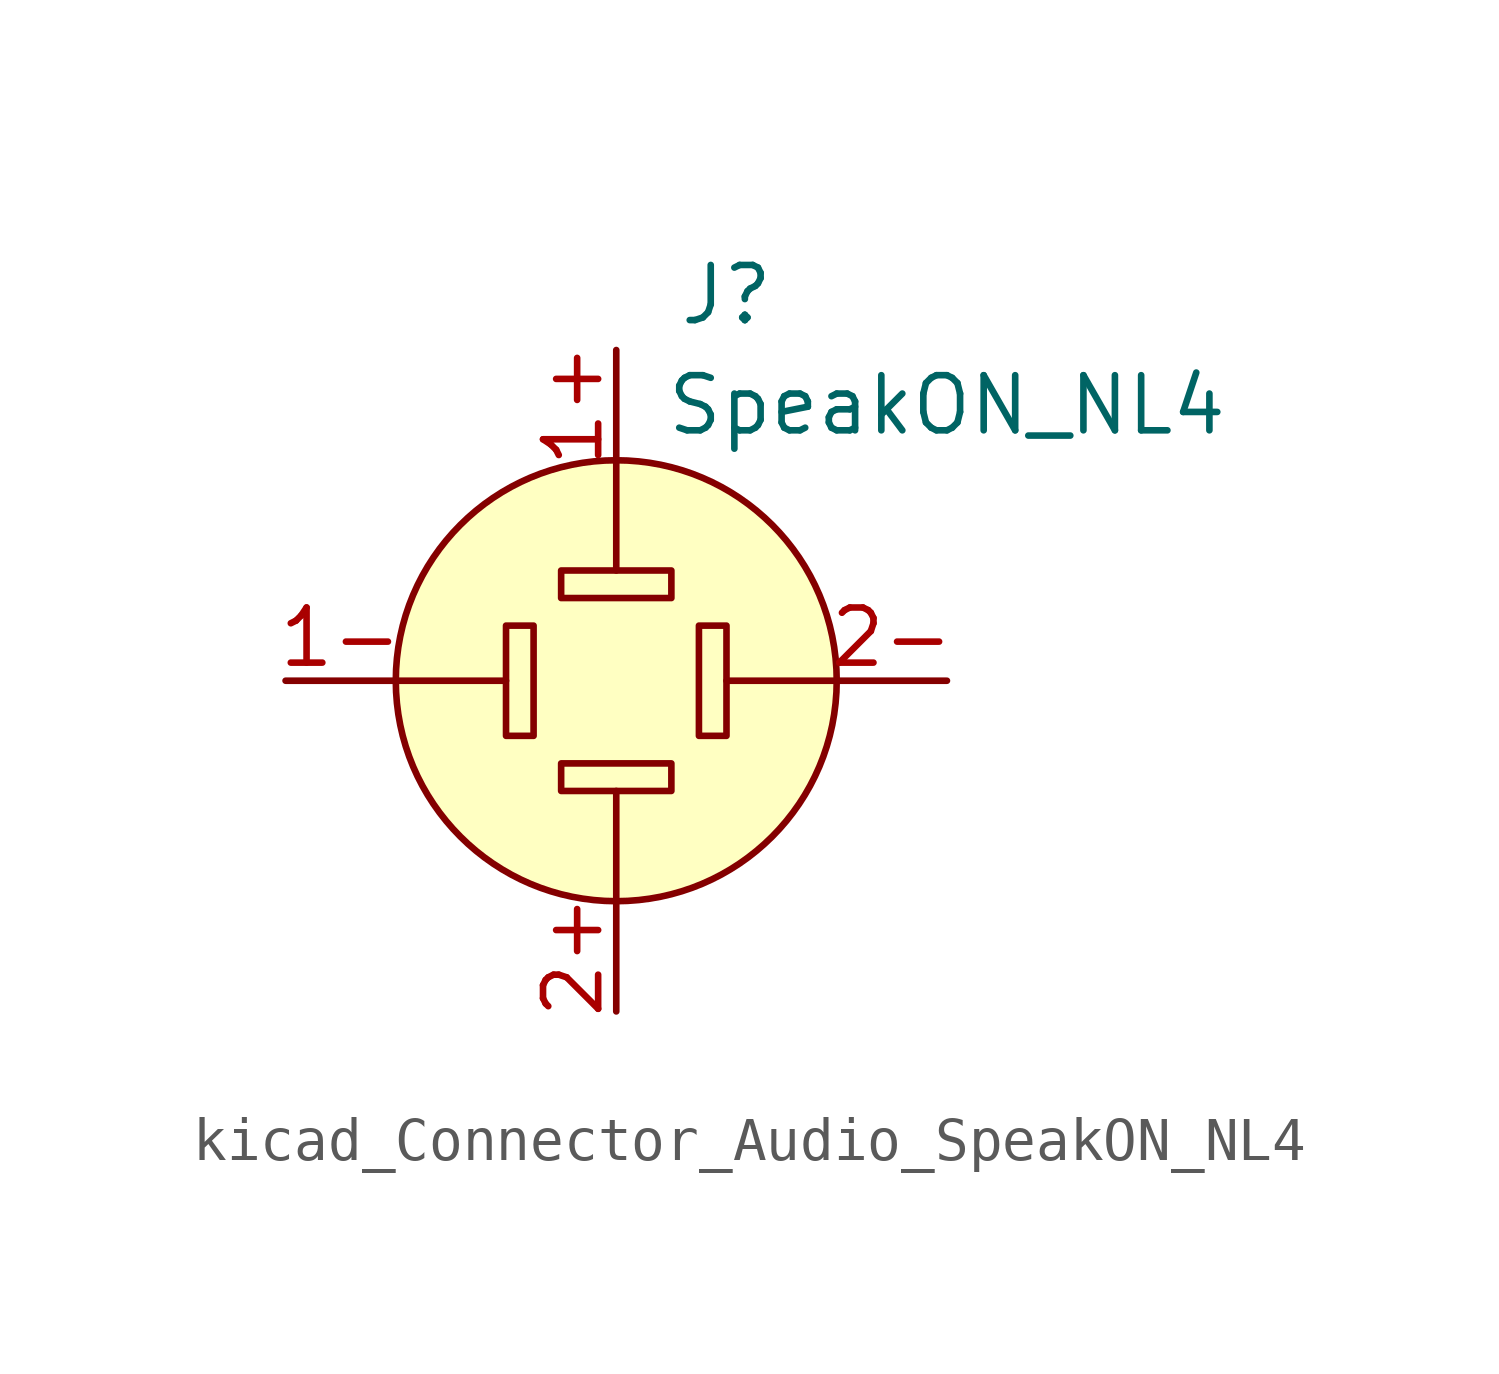
<source format=kicad_sym>
(kicad_symbol_lib
  (version 20220914)
  (generator kicad_symbol_editor)
  (symbol "kicad_Connector_Audio_SpeakON_NL4"
    (pin_names hide)
    (property "Reference" "J"
      (at 2.54 8.89 0)
      (effects (font (size 1.27 1.27))))
    (property "Value" "SpeakON_NL4"
      (at 7.62 6.35 0)
      (effects (font (size 1.27 1.27))))
    (symbol "kicad_Connector_Audio_SpeakON_NL4_0_1"
      (rectangle (start -2.54 1.27) (end -1.905 -1.27) (stroke (width 0) (type default)) (fill (type none)))
      (rectangle (start -1.27 -2.54) (end 1.27 -1.905) (stroke (width 0) (type default)) (fill (type none)))
      (rectangle (start -1.27 2.54) (end 1.27 1.905) (stroke (width 0) (type default)) (fill (type none)))
      (polyline (pts (xy -5.08 0) (xy -2.54 0)) (stroke (width 0) (type default)) (fill (type none)))
      (polyline (pts (xy 0 -5.08) (xy 0 -2.54)) (stroke (width 0) (type default)) (fill (type none)))
      (polyline (pts (xy 0 5.08) (xy 0 2.54)) (stroke (width 0) (type default)) (fill (type none)))
      (polyline (pts (xy 5.08 0) (xy 2.54 0)) (stroke (width 0) (type default)) (fill (type none)))
      (circle (center 0 0) (radius 5.08) (stroke (width 0) (type default)) (fill (type background)))
      (rectangle (start 2.54 1.27) (end 1.905 -1.27) (stroke (width 0) (type default)) (fill (type none)))
      (pin passive line (at -7.62 0 0) (length 2.54) (name "1-" (effects (font (size 1.27 1.27)))) (number "1-" (effects (font (size 1.27 1.27)))))
      (pin passive line (at 0 -7.62 90) (length 2.54) (name "2+" (effects (font (size 1.27 1.27)))) (number "2+" (effects (font (size 1.27 1.27)))))
      (pin passive line (at 7.62 0 180) (length 2.54) (name "2-" (effects (font (size 1.27 1.27)))) (number "2-" (effects (font (size 1.27 1.27))))))
    (symbol "kicad_Connector_Audio_SpeakON_NL4_1_1"
      (pin passive line (at 0 7.62 270) (length 2.54) (name "1+" (effects (font (size 1.27 1.27)))) (number "1+" (effects (font (size 1.27 1.27))))))))
</source>
